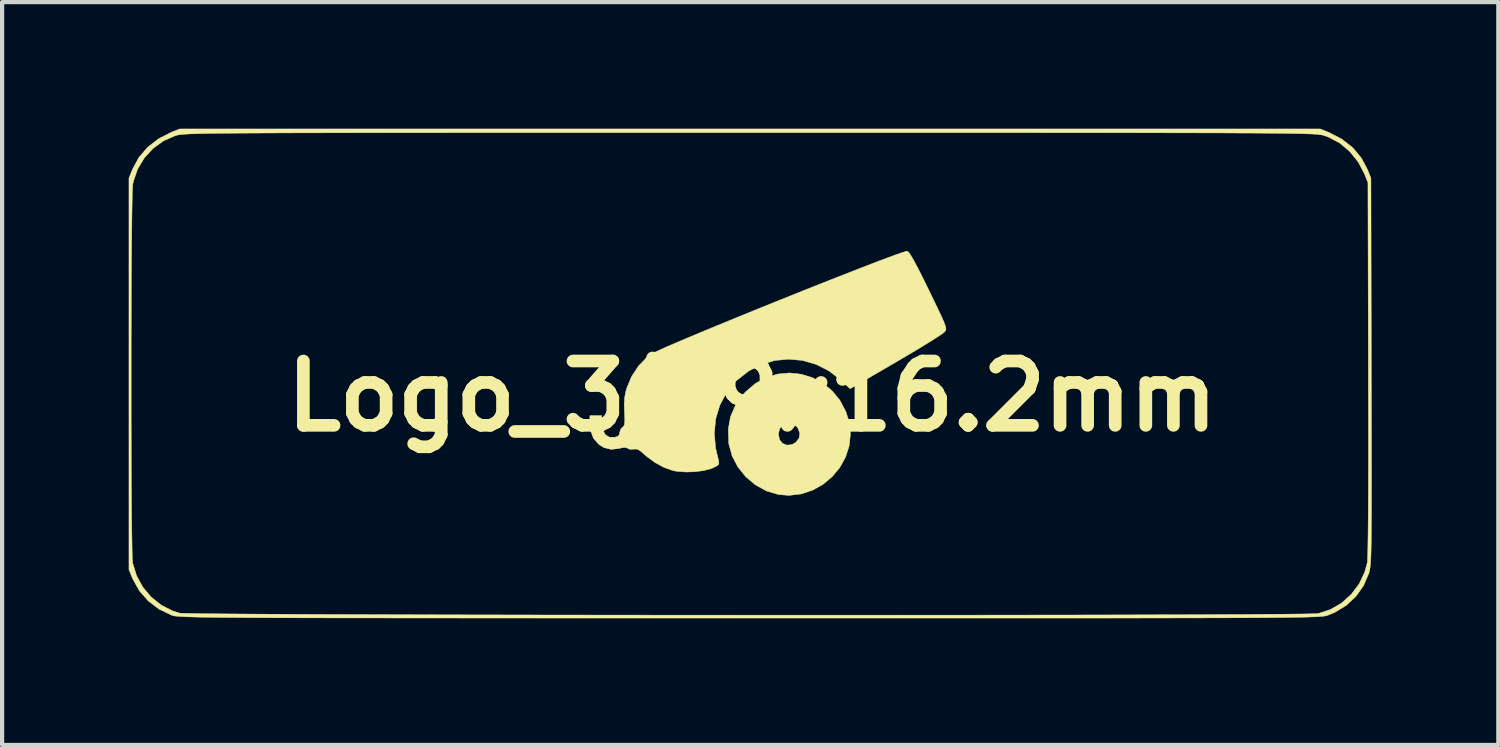
<source format=kicad_pcb>
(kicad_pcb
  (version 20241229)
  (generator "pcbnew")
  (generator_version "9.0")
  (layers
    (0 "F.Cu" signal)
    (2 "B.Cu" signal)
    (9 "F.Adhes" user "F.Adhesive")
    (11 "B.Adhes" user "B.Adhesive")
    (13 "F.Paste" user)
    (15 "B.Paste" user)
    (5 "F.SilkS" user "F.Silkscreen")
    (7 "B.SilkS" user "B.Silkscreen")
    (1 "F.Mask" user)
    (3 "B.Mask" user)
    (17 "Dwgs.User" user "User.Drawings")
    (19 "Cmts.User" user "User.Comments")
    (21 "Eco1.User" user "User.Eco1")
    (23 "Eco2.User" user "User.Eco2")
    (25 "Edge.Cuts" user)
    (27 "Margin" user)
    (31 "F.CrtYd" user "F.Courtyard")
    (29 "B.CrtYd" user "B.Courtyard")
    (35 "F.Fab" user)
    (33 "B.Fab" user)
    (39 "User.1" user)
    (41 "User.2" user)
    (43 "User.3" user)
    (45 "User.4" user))
  (footprint "Logo_34.9x16.2mm"
    (layer "F.Cu")
    (at 14.769 6.337)
    (property "Reference" "Logo_34.9x16.2mm" (at 0 0 0) (layer "F.SilkS") (effects (font (size 1.524 1.524) (thickness 0.3))))
    (attr through_hole)
    (fp_poly (pts (xy 1.163 -0.522) (xy 1.428 -0.44) (xy 1.674 -0.309) (xy 1.894 -0.129) (xy 2.078 0.096) (xy 2.219 0.363) (xy 2.293 0.596) (xy 2.328 0.888) (xy 2.299 1.172) (xy 2.213 1.44) (xy 2.077 1.687) (xy 1.896 1.905) (xy 1.679 2.087) (xy 1.431 2.226) (xy 1.159 2.316) (xy 0.87 2.349) (xy 0.621 2.328) (xy 0.339 2.244) (xy 0.079 2.102) (xy -0.15 1.91) (xy -0.337 1.679) (xy -0.474 1.418) (xy -0.552 1.137) (xy -0.556 1.109) (xy -0.563 0.9) (xy 0.621 0.9) (xy 0.649 1.031) (xy 0.723 1.119) (xy 0.828 1.159) (xy 0.948 1.142) (xy 1.036 1.091) (xy 1.111 0.992) (xy 1.127 0.874) (xy 1.083 0.755) (xy 1.052 0.717) (xy 0.948 0.648) (xy 0.835 0.637) (xy 0.732 0.678) (xy 0.655 0.763) (xy 0.621 0.885) (xy 0.621 0.9) (xy -0.563 0.9) (xy -0.567 0.784) (xy -0.513 0.483) (xy -0.392 0.204) (xy -0.203 -0.055) (xy -0.16 -0.101) (xy 0.077 -0.304) (xy 0.336 -0.445) (xy 0.608 -0.527) (xy 0.887 -0.552) (xy 1.163 -0.522)) (stroke (width 0.01) (type solid)) (fill yes) (layer "F.SilkS"))
    (fp_poly (pts (xy 3.709 -3.408) (xy 3.76 -3.335) (xy 3.831 -3.213) (xy 3.924 -3.038) (xy 4.041 -2.808) (xy 4.184 -2.516) (xy 4.186 -2.512) (xy 4.313 -2.249) (xy 4.413 -2.042) (xy 4.487 -1.884) (xy 4.539 -1.766) (xy 4.572 -1.682) (xy 4.588 -1.624) (xy 4.59 -1.584) (xy 4.581 -1.556) (xy 4.564 -1.531) (xy 4.561 -1.527) (xy 4.517 -1.49) (xy 4.418 -1.424) (xy 4.274 -1.331) (xy 4.09 -1.217) (xy 3.875 -1.086) (xy 3.635 -0.944) (xy 3.409 -0.811) (xy 2.319 -0.177) (xy 2.098 -0.384) (xy 1.818 -0.601) (xy 1.514 -0.755) (xy 1.193 -0.848) (xy 0.865 -0.878) (xy 0.538 -0.847) (xy 0.22 -0.753) (xy -0.082 -0.598) (xy -0.358 -0.382) (xy -0.392 -0.348) (xy -0.609 -0.084) (xy -0.767 0.215) (xy -0.864 0.538) (xy -0.897 0.879) (xy -0.866 1.229) (xy -0.824 1.409) (xy -0.795 1.52) (xy -0.788 1.584) (xy -0.803 1.622) (xy -0.834 1.649) (xy -0.963 1.712) (xy -1.142 1.76) (xy -1.35 1.788) (xy -1.568 1.795) (xy -1.776 1.78) (xy -1.879 1.761) (xy -2.09 1.686) (xy -2.309 1.567) (xy -2.509 1.418) (xy -2.541 1.389) (xy -2.641 1.302) (xy -2.711 1.258) (xy -2.771 1.249) (xy -2.802 1.255) (xy -2.893 1.258) (xy -2.943 1.237) (xy -2.998 1.214) (xy -3.085 1.221) (xy -3.143 1.236) (xy -3.341 1.259) (xy -3.517 1.215) (xy -3.637 1.138) (xy -3.761 0.994) (xy -3.829 0.814) (xy -3.845 0.636) (xy -3.845 0.459) (xy -3.563 0.459) (xy -3.563 0.62) (xy -3.542 0.791) (xy -3.481 0.909) (xy -3.383 0.97) (xy -3.251 0.971) (xy -3.243 0.97) (xy -3.166 0.938) (xy -3.14 0.878) (xy -3.14 0.862) (xy -3.114 0.779) (xy -3.074 0.736) (xy -3.044 0.709) (xy -3.026 0.666) (xy -3.019 0.592) (xy -3.021 0.472) (xy -3.026 0.369) (xy -3.031 0.184) (xy -3.023 0.039) (xy -2.998 -0.097) (xy -2.968 -0.204) (xy -2.855 -0.472) (xy -2.69 -0.72) (xy -2.487 -0.928) (xy -2.397 -0.996) (xy -2.331 -1.031) (xy -2.208 -1.089) (xy -2.034 -1.167) (xy -1.812 -1.263) (xy -1.55 -1.374) (xy -1.253 -1.499) (xy -0.927 -1.634) (xy -0.577 -1.778) (xy -0.209 -1.929) (xy 0.172 -2.084) (xy 0.559 -2.24) (xy 0.948 -2.396) (xy 1.332 -2.55) (xy 1.705 -2.698) (xy 2.063 -2.839) (xy 2.4 -2.971) (xy 2.709 -3.091) (xy 2.985 -3.197) (xy 3.223 -3.286) (xy 3.417 -3.357) (xy 3.561 -3.407) (xy 3.649 -3.434) (xy 3.675 -3.438) (xy 3.709 -3.408)) (stroke (width 0.01) (type solid)) (fill yes) (layer "F.SilkS"))
    (fp_poly (pts (xy 13.661 -6.251) (xy 13.969 -6.092) (xy 14.228 -5.888) (xy 14.433 -5.642) (xy 14.575 -5.374) (xy 14.658 -5.168) (xy 14.667 -0.6) (xy 14.669 0.061) (xy 14.67 0.656) (xy 14.671 1.187) (xy 14.671 1.659) (xy 14.671 2.076) (xy 14.671 2.44) (xy 14.671 2.757) (xy 14.669 3.03) (xy 14.668 3.262) (xy 14.665 3.458) (xy 14.662 3.621) (xy 14.659 3.754) (xy 14.654 3.862) (xy 14.649 3.949) (xy 14.643 4.018) (xy 14.636 4.073) (xy 14.628 4.117) (xy 14.62 4.155) (xy 14.61 4.19) (xy 14.606 4.203) (xy 14.483 4.488) (xy 14.302 4.742) (xy 14.071 4.957) (xy 13.798 5.122) (xy 13.643 5.186) (xy 13.625 5.192) (xy 13.606 5.198) (xy 13.583 5.203) (xy 13.554 5.208) (xy 13.517 5.213) (xy 13.471 5.217) (xy 13.412 5.221) (xy 13.339 5.225) (xy 13.249 5.228) (xy 13.141 5.232) (xy 13.013 5.235) (xy 12.862 5.237) (xy 12.686 5.24) (xy 12.483 5.242) (xy 12.251 5.244) (xy 11.988 5.246) (xy 11.692 5.248) (xy 11.36 5.249) (xy 10.991 5.25) (xy 10.582 5.251) (xy 10.132 5.252) (xy 9.638 5.253) (xy 9.097 5.254) (xy 8.509 5.254) (xy 7.871 5.255) (xy 7.18 5.255) (xy 6.435 5.255) (xy 5.634 5.255) (xy 4.773 5.255) (xy 3.853 5.255) (xy 2.869 5.255) (xy 1.82 5.255) (xy 0.705 5.255) (xy -0.061 5.255) (xy -1.222 5.255) (xy -2.314 5.255) (xy -3.34 5.255) (xy -4.302 5.255) (xy -5.201 5.254) (xy -6.041 5.254) (xy -6.823 5.254) (xy -7.549 5.253) (xy -8.221 5.253) (xy -8.842 5.252) (xy -9.413 5.252) (xy -9.937 5.251) (xy -10.416 5.25) (xy -10.852 5.249) (xy -11.246 5.248) (xy -11.602 5.246) (xy -11.921 5.245) (xy -12.206 5.243) (xy -12.458 5.241) (xy -12.679 5.239) (xy -12.872 5.236) (xy -13.039 5.234) (xy -13.182 5.231) (xy -13.303 5.228) (xy -13.404 5.225) (xy -13.487 5.221) (xy -13.555 5.217) (xy -13.609 5.213) (xy -13.652 5.208) (xy -13.685 5.204) (xy -13.711 5.199) (xy -13.732 5.193) (xy -13.75 5.187) (xy -13.758 5.184) (xy -14.051 5.044) (xy -14.308 4.848) (xy -14.52 4.605) (xy -14.676 4.324) (xy -14.685 4.304) (xy -14.764 4.11) (xy -14.764 -0.127) (xy -14.712 -0.127) (xy -14.712 0.364) (xy -14.711 0.845) (xy -14.71 1.311) (xy -14.708 1.756) (xy -14.706 2.175) (xy -14.703 2.564) (xy -14.7 2.915) (xy -14.696 3.225) (xy -14.692 3.487) (xy -14.688 3.697) (xy -14.683 3.849) (xy -14.677 3.937) (xy -14.675 3.953) (xy -14.585 4.249) (xy -14.436 4.521) (xy -14.237 4.757) (xy -13.998 4.949) (xy -13.725 5.087) (xy -13.564 5.137) (xy -13.514 5.141) (xy -13.396 5.144) (xy -13.214 5.148) (xy -12.97 5.151) (xy -12.667 5.154) (xy -12.309 5.157) (xy -11.898 5.16) (xy -11.438 5.163) (xy -10.93 5.165) (xy -10.38 5.168) (xy -9.788 5.17) (xy -9.159 5.172) (xy -8.495 5.174) (xy -7.799 5.176) (xy -7.075 5.178) (xy -6.325 5.179) (xy -5.552 5.181) (xy -4.759 5.182) (xy -3.95 5.183) (xy -3.126 5.184) (xy -2.292 5.185) (xy -1.45 5.185) (xy -0.603 5.186) (xy 0.245 5.186) (xy 1.093 5.186) (xy 1.936 5.186) (xy 2.772 5.186) (xy 3.599 5.186) (xy 4.412 5.185) (xy 5.209 5.185) (xy 5.987 5.184) (xy 6.743 5.183) (xy 7.474 5.182) (xy 8.177 5.181) (xy 8.849 5.179) (xy 9.487 5.177) (xy 10.088 5.176) (xy 10.649 5.174) (xy 11.167 5.171) (xy 11.639 5.169) (xy 12.062 5.166) (xy 12.434 5.164) (xy 12.75 5.161) (xy 13.009 5.158) (xy 13.206 5.155) (xy 13.34 5.151) (xy 13.407 5.148) (xy 13.413 5.147) (xy 13.702 5.051) (xy 13.965 4.897) (xy 14.194 4.691) (xy 14.378 4.445) (xy 14.511 4.165) (xy 14.571 3.944) (xy 14.577 3.875) (xy 14.582 3.736) (xy 14.586 3.529) (xy 14.59 3.253) (xy 14.593 2.911) (xy 14.596 2.502) (xy 14.598 2.028) (xy 14.599 1.489) (xy 14.599 0.887) (xy 14.598 0.222) (xy 14.597 -0.505) (xy 14.597 -0.656) (xy 14.587 -5.062) (xy 14.506 -5.265) (xy 14.358 -5.547) (xy 14.161 -5.793) (xy 13.927 -5.992) (xy 13.663 -6.135) (xy 13.558 -6.173) (xy 13.537 -6.179) (xy 13.516 -6.185) (xy 13.491 -6.19) (xy 13.46 -6.195) (xy 13.422 -6.2) (xy 13.374 -6.205) (xy 13.314 -6.209) (xy 13.24 -6.213) (xy 13.15 -6.216) (xy 13.042 -6.219) (xy 12.913 -6.222) (xy 12.762 -6.225) (xy 12.586 -6.228) (xy 12.383 -6.23) (xy 12.151 -6.232) (xy 11.889 -6.234) (xy 11.593 -6.235) (xy 11.261 -6.237) (xy 10.893 -6.238) (xy 10.485 -6.239) (xy 10.035 -6.24) (xy 9.541 -6.241) (xy 9.001 -6.242) (xy 8.414 -6.242) (xy 7.776 -6.243) (xy 7.085 -6.243) (xy 6.341 -6.244) (xy 5.539 -6.244) (xy 4.679 -6.244) (xy 3.758 -6.244) (xy 2.775 -6.244) (xy 1.726 -6.244) (xy 0.609 -6.244) (xy -0.053 -6.244) (xy -1.208 -6.244) (xy -2.295 -6.244) (xy -3.315 -6.244) (xy -4.271 -6.244) (xy -5.165 -6.244) (xy -6 -6.244) (xy -6.776 -6.244) (xy -7.497 -6.243) (xy -8.164 -6.243) (xy -8.78 -6.242) (xy -9.347 -6.242) (xy -9.866 -6.241) (xy -10.341 -6.24) (xy -10.772 -6.239) (xy -11.163 -6.238) (xy -11.515 -6.236) (xy -11.831 -6.235) (xy -12.112 -6.233) (xy -12.361 -6.231) (xy -12.58 -6.229) (xy -12.771 -6.227) (xy -12.936 -6.224) (xy -13.077 -6.221) (xy -13.197 -6.218) (xy -13.297 -6.215) (xy -13.38 -6.211) (xy -13.447 -6.207) (xy -13.502 -6.203) (xy -13.545 -6.198) (xy -13.58 -6.193) (xy -13.608 -6.188) (xy -13.631 -6.183) (xy -13.652 -6.177) (xy -13.665 -6.173) (xy -13.945 -6.05) (xy -14.193 -5.871) (xy -14.401 -5.644) (xy -14.559 -5.38) (xy -14.66 -5.087) (xy -14.672 -5.028) (xy -14.678 -4.962) (xy -14.683 -4.831) (xy -14.688 -4.64) (xy -14.692 -4.395) (xy -14.696 -4.101) (xy -14.7 -3.763) (xy -14.703 -3.386) (xy -14.706 -2.977) (xy -14.708 -2.54) (xy -14.709 -2.08) (xy -14.711 -1.604) (xy -14.712 -1.116) (xy -14.712 -0.622) (xy -14.712 -0.127) (xy -14.764 -0.127) (xy -14.764 -5.168) (xy -14.681 -5.374) (xy -14.53 -5.656) (xy -14.321 -5.9) (xy -14.059 -6.102) (xy -13.767 -6.251) (xy -13.564 -6.332) (xy 13.458 -6.332) (xy 13.661 -6.251)) (stroke (width 0.01) (type solid)) (fill yes) (layer "F.SilkS")))
  (gr_rect
    (start -3 -3)
    (end 32.445 14.598)
    (stroke (width 0.1) (type default))
    (fill no)
    (layer "Edge.Cuts")))
</source>
